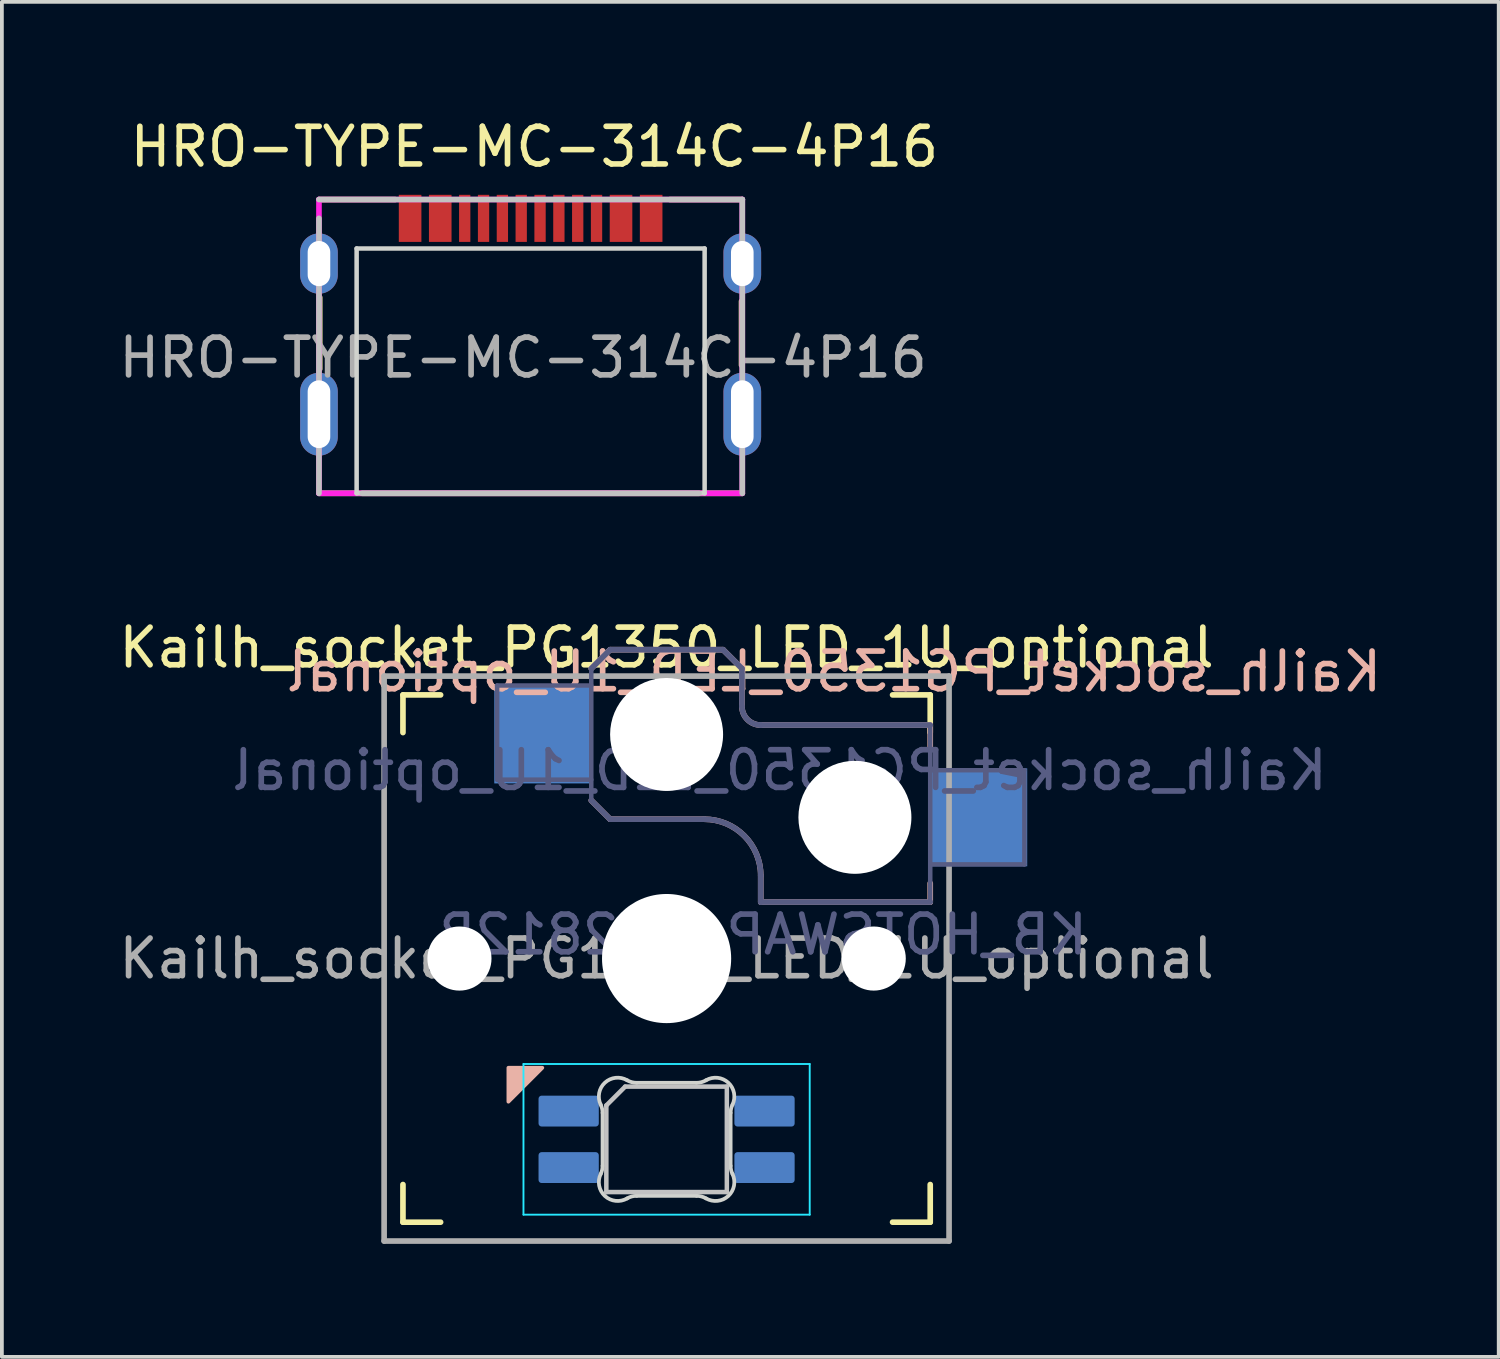
<source format=kicad_pcb>
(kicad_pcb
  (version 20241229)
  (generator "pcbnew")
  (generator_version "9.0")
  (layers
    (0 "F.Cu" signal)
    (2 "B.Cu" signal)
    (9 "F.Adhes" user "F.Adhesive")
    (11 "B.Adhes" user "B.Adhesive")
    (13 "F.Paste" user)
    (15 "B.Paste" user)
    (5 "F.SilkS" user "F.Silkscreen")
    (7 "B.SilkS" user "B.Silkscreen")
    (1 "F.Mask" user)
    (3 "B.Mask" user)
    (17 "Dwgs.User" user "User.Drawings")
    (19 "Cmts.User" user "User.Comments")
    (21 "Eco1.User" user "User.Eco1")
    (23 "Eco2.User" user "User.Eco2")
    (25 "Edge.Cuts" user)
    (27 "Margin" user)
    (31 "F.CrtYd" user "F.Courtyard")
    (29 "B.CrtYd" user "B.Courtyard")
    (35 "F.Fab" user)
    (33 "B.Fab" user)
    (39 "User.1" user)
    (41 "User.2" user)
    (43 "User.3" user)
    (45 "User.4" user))
  (footprint "Kailh_socket_PG1350_LED_1U_optional"
    (layer "F.Cu")
    (at 14.649 22.401)
    (property "Reference" "Kailh_socket_PG1350_LED_1U_optional" (at 0 -8.255 0) (layer "F.SilkS") (effects (font (size 1 1) (thickness 0.15))))
    (property "Value" "KB_HOTSWAP_WS2812B" (at 0 8.25 0) (layer "F.Fab") (hide yes) (effects (font (size 1 1) (thickness 0.15))))
    (attr through_hole)
    (fp_line (start -7 -6) (end -7 -7) (stroke (width 0.15) (type solid)) (layer "F.SilkS"))
    (fp_line (start -7 7) (end -7 6) (stroke (width 0.15) (type solid)) (layer "F.SilkS"))
    (fp_line (start -7 7) (end -6 7) (stroke (width 0.15) (type solid)) (layer "F.SilkS"))
    (fp_line (start -6 -7) (end -7 -7) (stroke (width 0.15) (type solid)) (layer "F.SilkS"))
    (fp_line (start 6 7) (end 7 7) (stroke (width 0.15) (type solid)) (layer "F.SilkS"))
    (fp_line (start 7 -7) (end 6 -7) (stroke (width 0.15) (type solid)) (layer "F.SilkS"))
    (fp_line (start 7 -7) (end 7 -6) (stroke (width 0.15) (type solid)) (layer "F.SilkS"))
    (fp_line (start 7 6) (end 7 7) (stroke (width 0.15) (type solid)) (layer "F.SilkS"))
    (fp_line (start -2 -7.7) (end -1.5 -8.2) (stroke (width 0.15) (type solid)) (layer "B.SilkS"))
    (fp_line (start -2 -4.2) (end -1.5 -3.7) (stroke (width 0.15) (type solid)) (layer "B.SilkS"))
    (fp_line (start -1.5 -8.2) (end 1.5 -8.2) (stroke (width 0.15) (type solid)) (layer "B.SilkS"))
    (fp_line (start -1.5 -3.7) (end 1 -3.7) (stroke (width 0.15) (type solid)) (layer "B.SilkS"))
    (fp_line (start 1.5 -8.2) (end 2 -7.7) (stroke (width 0.15) (type solid)) (layer "B.SilkS"))
    (fp_line (start 2 -6.7) (end 2 -7.7) (stroke (width 0.15) (type solid)) (layer "B.SilkS"))
    (fp_line (start 2.5 -2.2) (end 2.5 -1.5) (stroke (width 0.15) (type solid)) (layer "B.SilkS"))
    (fp_line (start 2.5 -1.5) (end 7 -1.5) (stroke (width 0.15) (type solid)) (layer "B.SilkS"))
    (fp_line (start 7 -6.2) (end 2.5 -6.2) (stroke (width 0.15) (type solid)) (layer "B.SilkS"))
    (fp_line (start 7 -5.6) (end 7 -6.2) (stroke (width 0.15) (type solid)) (layer "B.SilkS"))
    (fp_line (start 7 -1.5) (end 7 -2) (stroke (width 0.15) (type solid)) (layer "B.SilkS"))
    (fp_arc (start 1 -3.7) (mid 2.06066 -3.26066) (end 2.5 -2.2) (stroke (width 0.15) (type solid)) (layer "B.SilkS"))
    (fp_arc (start 2.5 -6.2) (mid 2.146447 -6.346447) (end 2 -6.7) (stroke (width 0.15) (type solid)) (layer "B.SilkS"))
    (fp_poly (pts (xy -4.2 3.8) (xy -3.3 2.9) (xy -4.2 2.9)) (stroke (width 0.1) (type solid)) (fill yes) (layer "B.SilkS"))
    (fp_line (start -1.6 3.9) (end -1.6 6.2) (stroke (width 0.12) (type solid)) (layer "Dwgs.User"))
    (fp_line (start -1.6 3.9) (end -1.1 3.4) (stroke (width 0.12) (type solid)) (layer "Dwgs.User"))
    (fp_line (start -1.6 6.2) (end 1.6 6.2) (stroke (width 0.12) (type solid)) (layer "Dwgs.User"))
    (fp_line (start 1.6 3.4) (end -1.1 3.4) (stroke (width 0.12) (type solid)) (layer "Dwgs.User"))
    (fp_line (start 1.6 6.2) (end 1.6 3.4) (stroke (width 0.12) (type solid)) (layer "Dwgs.User"))
    (fp_line (start -6.9 6.9) (end -6.9 -6.9) (stroke (width 0.15) (type solid)) (layer "Eco2.User"))
    (fp_line (start -6.9 6.9) (end 6.9 6.9) (stroke (width 0.15) (type solid)) (layer "Eco2.User"))
    (fp_line (start -2.6 -3.1) (end -2.6 -6.3) (stroke (width 0.15) (type solid)) (layer "Eco2.User"))
    (fp_line (start -2.6 -3.1) (end 2.6 -3.1) (stroke (width 0.15) (type solid)) (layer "Eco2.User"))
    (fp_line (start 2.6 -6.3) (end -2.6 -6.3) (stroke (width 0.15) (type solid)) (layer "Eco2.User"))
    (fp_line (start 2.6 -3.1) (end 2.6 -6.3) (stroke (width 0.15) (type solid)) (layer "Eco2.User"))
    (fp_line (start 6.9 -6.9) (end -6.9 -6.9) (stroke (width 0.15) (type solid)) (layer "Eco2.User"))
    (fp_line (start 6.9 -6.9) (end 6.9 6.9) (stroke (width 0.15) (type solid)) (layer "Eco2.User"))
    (fp_line (start -1.7 5.503) (end -1.7 4.097) (stroke (width 0.1) (type solid)) (layer "Edge.Cuts"))
    (fp_line (start -0.794 3.3) (end 0.794 3.3) (stroke (width 0.1) (type solid)) (layer "Edge.Cuts"))
    (fp_line (start 0.794 6.3) (end -0.794 6.3) (stroke (width 0.1) (type solid)) (layer "Edge.Cuts"))
    (fp_line (start 1.7 4.097) (end 1.7 5.503) (stroke (width 0.1) (type solid)) (layer "Edge.Cuts"))
    (fp_arc (start -1.749484 3.88028) (mid -1.712528 3.985932) (end -1.699999 4.097158) (stroke (width 0.1) (type solid)) (layer "Edge.Cuts"))
    (fp_arc (start -1.749484 3.880281) (mid -1.63807 3.295967) (end -1.046711 3.231701) (stroke (width 0.1) (type solid)) (layer "Edge.Cuts"))
    (fp_arc (start -1.699999 5.502843) (mid -1.712527 5.614068) (end -1.749484 5.71972) (stroke (width 0.1) (type solid)) (layer "Edge.Cuts"))
    (fp_arc (start -1.046711 6.368298) (mid -1.638074 6.304038) (end -1.749484 5.71972) (stroke (width 0.1) (type solid)) (layer "Edge.Cuts"))
    (fp_arc (start -1.046711 6.368298) (mid -0.925124 6.317371) (end -0.794453 6.299999) (stroke (width 0.1) (type solid)) (layer "Edge.Cuts"))
    (fp_arc (start -0.794452 3.3) (mid -0.92512 3.282615) (end -1.046711 3.231701) (stroke (width 0.1) (type solid)) (layer "Edge.Cuts"))
    (fp_arc (start 0.794453 6.3) (mid 0.925124 6.317371) (end 1.046711 6.368299) (stroke (width 0.1) (type solid)) (layer "Edge.Cuts"))
    (fp_arc (start 1.04671 3.231701) (mid 0.925122 3.282623) (end 0.794452 3.3) (stroke (width 0.1) (type solid)) (layer "Edge.Cuts"))
    (fp_arc (start 1.046711 3.231703) (mid 1.638077 3.295958) (end 1.749484 3.88028) (stroke (width 0.1) (type solid)) (layer "Edge.Cuts"))
    (fp_arc (start 1.699999 4.097157) (mid 1.712522 3.985931) (end 1.749484 3.88028) (stroke (width 0.1) (type solid)) (layer "Edge.Cuts"))
    (fp_arc (start 1.749484 5.71972) (mid 1.638075 6.30404) (end 1.046711 6.368299) (stroke (width 0.1) (type solid)) (layer "Edge.Cuts"))
    (fp_arc (start 1.749484 5.71972) (mid 1.712509 5.614072) (end 1.699999 5.502842) (stroke (width 0.1) (type solid)) (layer "Edge.Cuts"))
    (fp_line (start -3.8 2.8) (end -3.8 6.8) (stroke (width 0.05) (type solid)) (layer "B.CrtYd"))
    (fp_line (start -3.8 6.8) (end 3.8 6.8) (stroke (width 0.05) (type solid)) (layer "B.CrtYd"))
    (fp_line (start 3.8 2.8) (end -3.8 2.8) (stroke (width 0.05) (type solid)) (layer "B.CrtYd"))
    (fp_line (start 3.8 6.8) (end 3.8 2.8) (stroke (width 0.05) (type solid)) (layer "B.CrtYd"))
    (fp_line (start -4.5 -7.25) (end -2 -7.25) (stroke (width 0.12) (type solid)) (layer "B.Fab"))
    (fp_line (start -4.5 -4.75) (end -4.5 -7.25) (stroke (width 0.12) (type solid)) (layer "B.Fab"))
    (fp_line (start -2 -7.7) (end -1.5 -8.2) (stroke (width 0.15) (type solid)) (layer "B.Fab"))
    (fp_line (start -2 -4.75) (end -4.5 -4.75) (stroke (width 0.12) (type solid)) (layer "B.Fab"))
    (fp_line (start -2 -4.25) (end -2 -7.7) (stroke (width 0.12) (type solid)) (layer "B.Fab"))
    (fp_line (start -2 -4.2) (end -1.5 -3.7) (stroke (width 0.15) (type solid)) (layer "B.Fab"))
    (fp_line (start -1.5 -8.2) (end 1.5 -8.2) (stroke (width 0.15) (type solid)) (layer "B.Fab"))
    (fp_line (start -1.5 -3.7) (end 1 -3.7) (stroke (width 0.15) (type solid)) (layer "B.Fab"))
    (fp_line (start 1.5 -8.2) (end 2 -7.7) (stroke (width 0.15) (type solid)) (layer "B.Fab"))
    (fp_line (start 2 -6.7) (end 2 -7.7) (stroke (width 0.15) (type solid)) (layer "B.Fab"))
    (fp_line (start 2.5 -2.2) (end 2.5 -1.5) (stroke (width 0.15) (type solid)) (layer "B.Fab"))
    (fp_line (start 2.5 -1.5) (end 7 -1.5) (stroke (width 0.15) (type solid)) (layer "B.Fab"))
    (fp_line (start 7 -6.2) (end 2.5 -6.2) (stroke (width 0.15) (type solid)) (layer "B.Fab"))
    (fp_line (start 7 -5) (end 9.5 -5) (stroke (width 0.12) (type solid)) (layer "B.Fab"))
    (fp_line (start 7 -1.5) (end 7 -6.2) (stroke (width 0.12) (type solid)) (layer "B.Fab"))
    (fp_line (start 9.5 -5) (end 9.5 -2.5) (stroke (width 0.12) (type solid)) (layer "B.Fab"))
    (fp_line (start 9.5 -2.5) (end 7 -2.5) (stroke (width 0.12) (type solid)) (layer "B.Fab"))
    (fp_arc (start 1 -3.7) (mid 2.06066 -3.26066) (end 2.5 -2.2) (stroke (width 0.15) (type solid)) (layer "B.Fab"))
    (fp_arc (start 2.5 -6.2) (mid 2.146447 -6.346447) (end 2 -6.7) (stroke (width 0.15) (type solid)) (layer "B.Fab"))
    (fp_line (start -7.5 -7.5) (end 7.5 -7.5) (stroke (width 0.15) (type solid)) (layer "F.Fab"))
    (fp_line (start -7.5 7.5) (end -7.5 -7.5) (stroke (width 0.15) (type solid)) (layer "F.Fab"))
    (fp_line (start 7.5 -7.5) (end 7.5 7.5) (stroke (width 0.15) (type solid)) (layer "F.Fab"))
    (fp_line (start 7.5 7.5) (end -7.5 7.5) (stroke (width 0.15) (type solid)) (layer "F.Fab"))
    (fp_text user "${REFERENCE}" (at 4.445 -7.62 0) (layer "B.SilkS") (effects (font (size 1 1) (thickness 0.15)) (justify mirror)))
    (fp_text user "${REFERENCE}" (at 3 -5 180) (layer "B.Fab") (effects (font (size 1 1) (thickness 0.15)) (justify mirror)))
    (fp_text user "${VALUE}" (at 2.54 -0.635 0) (layer "B.Fab") (effects (font (size 1 1) (thickness 0.15)) (justify mirror)))
    (fp_text user "${REFERENCE}" (at 0 0 0) (layer "F.Fab") (effects (font (size 1 1) (thickness 0.15))))
    (pad "" np_thru_hole circle (at -5.5 0) (size 1.702 1.702) (drill 1.702) (layers "*.Cu" "*.Mask"))
    (pad "" np_thru_hole circle (at 0 -5.95) (size 3 3) (drill 3) (layers "*.Cu" "*.Mask"))
    (pad "" np_thru_hole circle (at 0 0) (size 3.429 3.429) (drill 3.429) (layers "*.Cu" "*.Mask"))
    (pad "" np_thru_hole circle (at 5 -3.75) (size 3 3) (drill 3) (layers "*.Cu" "*.Mask"))
    (pad "" np_thru_hole circle (at 5.5 0) (size 1.702 1.702) (drill 1.702) (layers "*.Cu" "*.Mask"))
    (pad "1" smd roundrect (at 2.6 5.55 90) (size 0.82 1.6) (layers "B.Cu" "B.Mask" "B.Paste") (roundrect_rratio 0.1))
    (pad "2" smd roundrect (at 2.6 4.05 90) (size 0.82 1.6) (layers "B.Cu" "B.Mask" "B.Paste") (roundrect_rratio 0.1))
    (pad "3" smd roundrect (at -2.6 4.05 90) (size 0.82 1.6) (layers "B.Cu" "B.Mask" "B.Paste") (roundrect_rratio 0.1))
    (pad "4" smd roundrect (at -2.6 5.55 90) (size 0.82 1.6) (layers "B.Cu" "B.Mask" "B.Paste") (roundrect_rratio 0.1))
    (pad "A" smd rect (at -3.275 -5.95) (size 2.6 2.6) (layers "B.Cu" "B.Mask" "B.Paste"))
    (pad "B" smd rect (at 8.275 -3.75) (size 2.6 2.6) (layers "B.Cu" "B.Mask" "B.Paste")))
  (footprint "HRO-TYPE-MC-314C-4P16"
    (layer "F.Cu")
    (at 11.039 10.048)
    (property "Reference" "HRO-TYPE-MC-314C-4P16" (at 0.1 -9.2 0) (layer "F.SilkS") (effects (font (size 1 1) (thickness 0.15))))
    (attr smd)
    (fp_line (start -5.62 -0.000001) (end 5.62 0.000001) (stroke (width 0.15) (type solid)) (layer "F.SilkS"))
    (fp_line (start -5.6 -5.2) (end -5.6 -3.3) (stroke (width 0.15) (type default)) (layer "F.SilkS"))
    (fp_line (start -3.6 -7.8) (end -5.62 -7.8) (stroke (width 0.15) (type default)) (layer "F.SilkS"))
    (fp_line (start 3.7 -7.8) (end 5.62 -7.8) (stroke (width 0.15) (type default)) (layer "F.SilkS"))
    (fp_line (start 5.6 -3.4) (end 5.6 -5.1) (stroke (width 0.15) (type default)) (layer "F.SilkS"))
    (fp_line (start -5.62 -7.3) (end -5.62 -0.000001) (stroke (width 0.15) (type solid)) (layer "Dwgs.User"))
    (fp_line (start 4.47 0) (end -4.47 0) (stroke (width 0.15) (type solid)) (layer "Dwgs.User"))
    (fp_line (start 5.62 -7.8) (end -5.62 -7.8) (stroke (width 0.15) (type solid)) (layer "Dwgs.User"))
    (fp_line (start 5.62 -7.8) (end 5.62 0.000001) (stroke (width 0.15) (type solid)) (layer "Dwgs.User"))
    (fp_line (start -4.62 -6.5) (end -4.62 0.000002) (stroke (width 0.12) (type default)) (layer "Edge.Cuts"))
    (fp_line (start -4.62 0.000002) (end 4.62 -0.000002) (stroke (width 0.12) (type default)) (layer "Edge.Cuts"))
    (fp_line (start 4.62 -6.5) (end -4.62 -6.5) (stroke (width 0.12) (type default)) (layer "Edge.Cuts"))
    (fp_line (start 4.62 -0.000002) (end 4.62 -6.5) (stroke (width 0.12) (type default)) (layer "Edge.Cuts"))
    (fp_line (start -5.62 -7.8) (end -5.62 -0.000001) (stroke (width 0.15) (type solid)) (layer "F.CrtYd"))
    (fp_line (start -5.62 -0.000001) (end 5.62 0.000001) (stroke (width 0.15) (type solid)) (layer "F.CrtYd"))
    (fp_line (start 5.62 -7.8) (end -5.62 -7.8) (stroke (width 0.15) (type solid)) (layer "F.CrtYd"))
    (fp_line (start 5.62 0.000001) (end 5.62 -7.8) (stroke (width 0.15) (type solid)) (layer "F.CrtYd"))
    (fp_text user "${REFERENCE}" (at -0.2 -3.6 0) (layer "F.Fab") (effects (font (size 1 1) (thickness 0.15))))
    (pad "1" smd rect (at -3.2 -7.3) (size 0.6 1.25) (layers "F.Cu" "F.Mask" "F.Paste"))
    (pad "2" smd rect (at -2.4 -7.3) (size 0.6 1.25) (layers "F.Cu" "F.Mask" "F.Paste"))
    (pad "3" smd rect (at -1.75 -7.3) (size 0.3 1.25) (layers "F.Cu" "F.Mask" "F.Paste"))
    (pad "4" smd rect (at -1.25 -7.3) (size 0.3 1.25) (layers "F.Cu" "F.Mask" "F.Paste"))
    (pad "5" smd rect (at -0.75 -7.3) (size 0.3 1.25) (layers "F.Cu" "F.Mask" "F.Paste"))
    (pad "6" smd rect (at -0.25 -7.3) (size 0.3 1.25) (layers "F.Cu" "F.Mask" "F.Paste"))
    (pad "7" smd rect (at 0.25 -7.3) (size 0.3 1.25) (layers "F.Cu" "F.Mask" "F.Paste"))
    (pad "8" smd rect (at 0.75 -7.3) (size 0.3 1.25) (layers "F.Cu" "F.Mask" "F.Paste"))
    (pad "9" smd rect (at 1.25 -7.3) (size 0.3 1.25) (layers "F.Cu" "F.Mask" "F.Paste"))
    (pad "10" smd rect (at 1.75 -7.3) (size 0.3 1.25) (layers "F.Cu" "F.Mask" "F.Paste"))
    (pad "11" smd rect (at 2.4 -7.3) (size 0.6 1.25) (layers "F.Cu" "F.Mask" "F.Paste"))
    (pad "12" smd rect (at 3.2 -7.3) (size 0.6 1.25) (layers "F.Cu" "F.Mask" "F.Paste"))
    (pad "13" thru_hole oval (at -5.62 -6.1) (size 1 1.6) (drill oval 0.6 1.2) (layers "*.Cu" "*.Mask"))
    (pad "13" thru_hole oval (at -5.62 -2.1) (size 1 2.2) (drill oval 0.6 1.8) (layers "*.Cu" "*.Mask"))
    (pad "13" thru_hole oval (at 5.62 -6.1) (size 1 1.6) (drill oval 0.6 1.2) (layers "*.Cu" "*.Mask"))
    (pad "13" thru_hole oval (at 5.62 -2.1) (size 1 2.2) (drill oval 0.6 1.8) (layers "*.Cu" "*.Mask")))
  (gr_rect
    (start -3 -3)
    (end 36.743 32.977)
    (stroke (width 0.1) (type default))
    (fill no)
    (layer "Edge.Cuts")))
</source>
